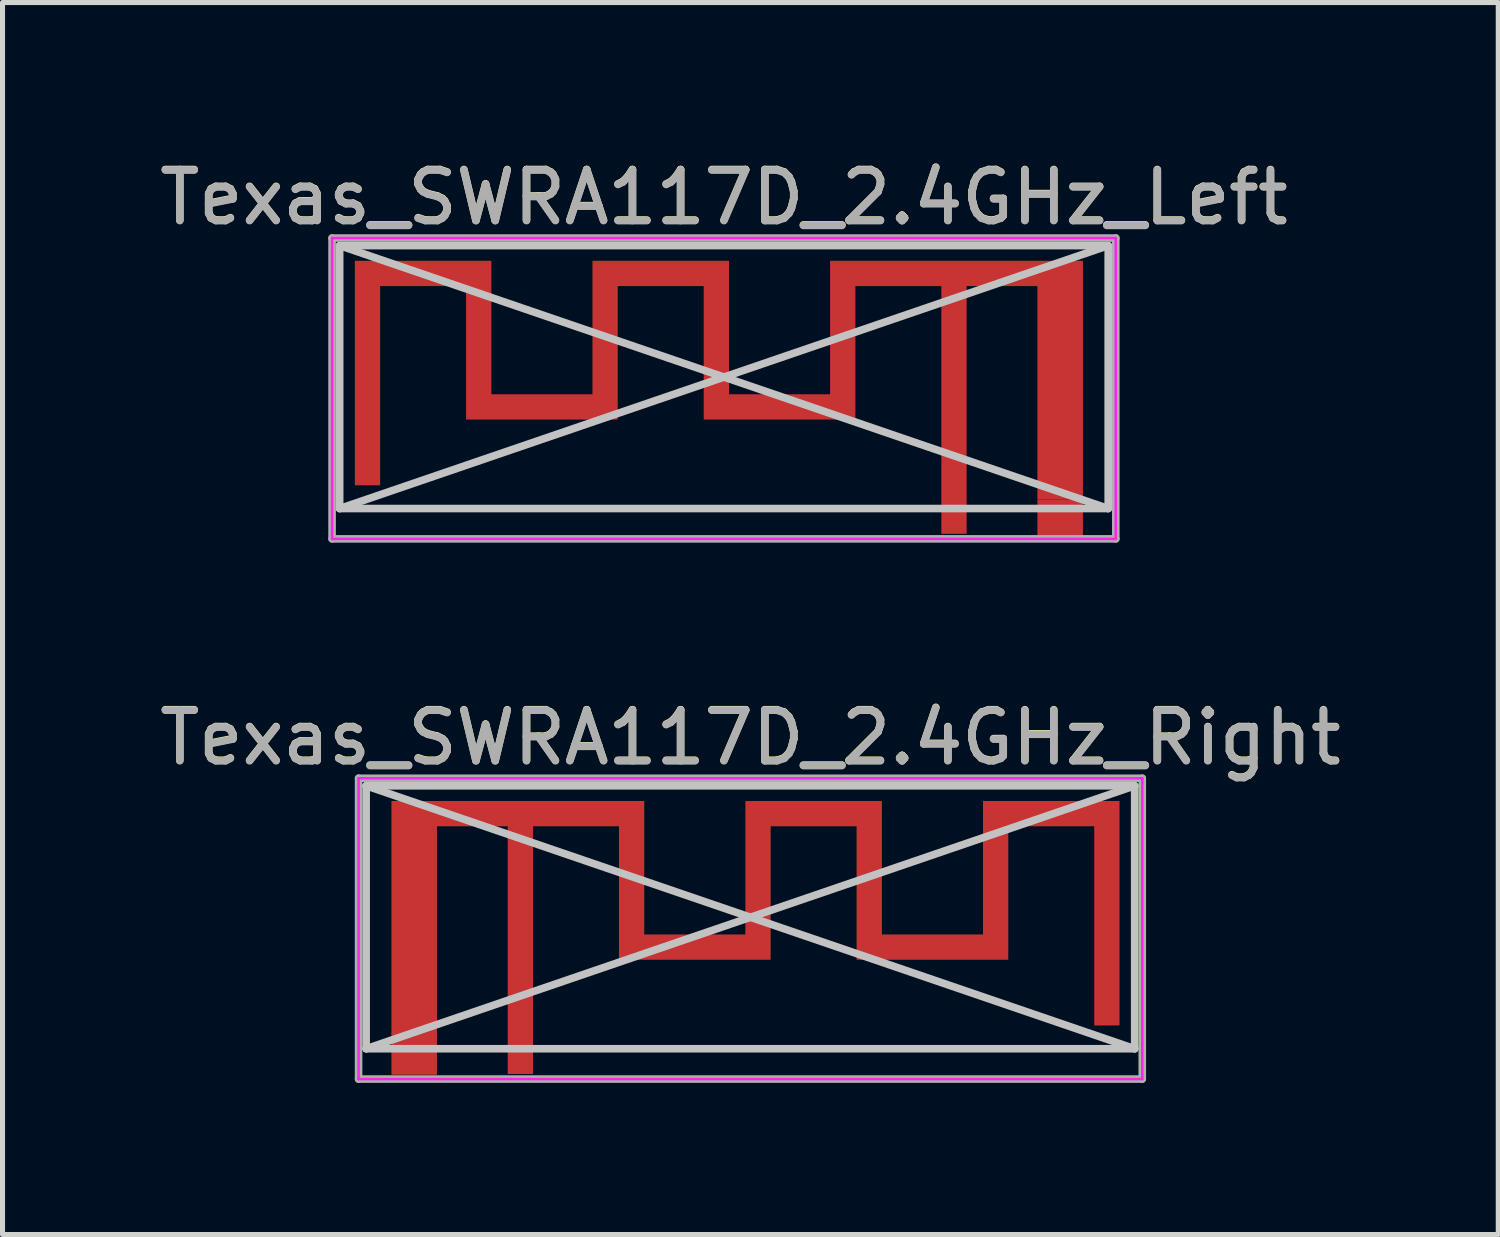
<source format=kicad_pcb>
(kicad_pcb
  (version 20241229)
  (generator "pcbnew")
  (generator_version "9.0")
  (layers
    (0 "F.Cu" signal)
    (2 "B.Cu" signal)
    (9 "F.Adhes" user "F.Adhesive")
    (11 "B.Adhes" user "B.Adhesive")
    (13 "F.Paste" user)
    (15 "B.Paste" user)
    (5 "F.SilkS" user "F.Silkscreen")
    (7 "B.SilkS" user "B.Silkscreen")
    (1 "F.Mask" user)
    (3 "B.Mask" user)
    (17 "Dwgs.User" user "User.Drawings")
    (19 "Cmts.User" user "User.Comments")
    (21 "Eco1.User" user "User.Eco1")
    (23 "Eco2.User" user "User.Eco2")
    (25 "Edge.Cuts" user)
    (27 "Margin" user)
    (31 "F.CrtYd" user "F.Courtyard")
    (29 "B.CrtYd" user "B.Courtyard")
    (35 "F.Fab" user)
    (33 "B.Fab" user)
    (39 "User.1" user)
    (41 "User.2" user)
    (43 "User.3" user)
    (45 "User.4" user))
  (footprint "Texas_SWRA117D_2.4GHz_Left"
    (layer "F.Cu")
    (at 15.818 7.258)
    (property "Reference" "Texas_SWRA117D_2.4GHz_Left" (at -4.55 -6.41 0) (layer "F.SilkS") (effects (font (size 1 1) (thickness 0.15))))
    (attr exclude_from_pos_files exclude_from_bom)
    (fp_poly (pts (xy -2.45 -2.51) (xy -4.45 -2.51) (xy -4.45 -5.15) (xy -7.15 -5.15) (xy -7.15 -2.51) (xy -9.15 -2.51) (xy -9.15 -5.15) (xy -11.85 -5.15) (xy -11.85 -0.71) (xy -11.35 -0.71) (xy -11.35 -4.65) (xy -9.65 -4.65) (xy -9.65 -2.01) (xy -6.65 -2.01) (xy -6.65 -4.65) (xy -4.95 -4.65) (xy -4.95 -2.01) (xy -1.95 -2.01) (xy -1.95 -4.65) (xy -0.25 -4.65) (xy -0.25 -0.25) (xy 0.25 -0.25) (xy 0.25 -4.65) (xy 1.65 -4.65) (xy 1.65 -0.43) (xy 2.55 -0.43) (xy 2.1 -0.77) (xy 2.207 -0.6) (xy 2.306 -0.524) (xy 2.214 -0.51) (xy 2.176 -0.53) (xy 2.168 -0.52) (xy 2.125 -0.47) (xy 2.324 -0.521) (xy 2.031 -0.7) (xy 1.679 -0.549) (xy 1.95 -0.63) (xy 1.958 -0.55) (xy 1.961 -0.602) (xy 1.905 -0.559) (xy 1.904 -0.51) (xy 2.08 -0.51) (xy 2.25 -0.48) (xy 2.243 -0.486) (xy 2.155 -0.48) (xy 2.319 -0.439) (xy 2.345 -0.478) (xy 2.243 -0.58) (xy 2.323 -0.443) (xy 2.55 -0.43) (xy 2.55 -5.15) (xy -2.45 -5.15) (xy -2.45 -2.51)) (stroke (width 0) (type solid)) (fill yes) (layer "F.Cu"))
    (fp_poly (pts (xy -11.39 -0.73) (xy -11.82 -0.73) (xy -11.82 -5.12) (xy -9.18 -5.12) (xy -9.18 -5.06) (xy -9.18 -2.47) (xy -7.12 -2.47) (xy -7.12 -5.12) (xy -4.48 -5.12) (xy -4.48 -2.47) (xy -2.42 -2.47) (xy -2.42 -5.12) (xy 2.51 -5.12) (xy 2.51 -0.55) (xy 2.51 -0.451) (xy 1.69 -0.45) (xy 1.69 -4.69) (xy 0.21 -4.69) (xy 0.21 -0.25) (xy -0.21 -0.25) (xy -0.21 -4.69) (xy -1.99 -4.69) (xy -1.99 -2.04) (xy -4.93 -2.04) (xy -4.93 -4.69) (xy -6.69 -4.69) (xy -6.69 -2.04) (xy -9.63 -2.04) (xy -9.63 -2.21) (xy -9.63 -4.69) (xy -11.39 -4.69)) (stroke (width 0.1) (type solid)) (fill yes) (layer "F.Mask"))
    (fp_line (start -12.15 -0.25) (end -12.15 -5.45) (stroke (width 0.15) (type solid)) (layer "Dwgs.User"))
    (fp_line (start 3.05 -5.45) (end -12.15 -5.45) (stroke (width 0.15) (type solid)) (layer "Dwgs.User"))
    (fp_line (start 3.05 -5.45) (end -12.15 -0.25) (stroke (width 0.15) (type solid)) (layer "Dwgs.User"))
    (fp_line (start 3.05 -0.25) (end -12.15 -5.45) (stroke (width 0.15) (type solid)) (layer "Dwgs.User"))
    (fp_line (start 3.05 -0.25) (end -12.15 -0.25) (stroke (width 0.15) (type solid)) (layer "Dwgs.User"))
    (fp_line (start 3.05 -0.25) (end 3.05 -5.45) (stroke (width 0.15) (type solid)) (layer "Dwgs.User"))
    (fp_line (start -12.3 -5.6) (end -12.3 0.35) (stroke (width 0.05) (type solid)) (layer "F.CrtYd"))
    (fp_line (start -12.3 0.35) (end 3.2 0.35) (stroke (width 0.05) (type solid)) (layer "F.CrtYd"))
    (fp_line (start 3.2 -5.6) (end -12.3 -5.6) (stroke (width 0.05) (type solid)) (layer "F.CrtYd"))
    (fp_line (start 3.2 0.35) (end 3.2 -5.6) (stroke (width 0.05) (type solid)) (layer "F.CrtYd"))
    (fp_line (start -12.3 -5.6) (end -12.3 0.35) (stroke (width 0.15) (type solid)) (layer "F.Fab"))
    (fp_line (start -12.3 0.35) (end 3.2 0.35) (stroke (width 0.15) (type solid)) (layer "F.Fab"))
    (fp_line (start 3.2 -5.6) (end -12.3 -5.6) (stroke (width 0.15) (type solid)) (layer "F.Fab"))
    (fp_line (start 3.2 0.35) (end 3.2 -5.6) (stroke (width 0.15) (type solid)) (layer "F.Fab"))
    (fp_text user "${REFERENCE}" (at -4.55 -6.4 0) (layer "F.Fab") (effects (font (size 1 1) (thickness 0.15))))
    (pad "1" connect rect (at 0 0) (size 0.5 0.5) (layers "F.Cu" "F.Mask"))
    (pad "2" connect rect (at 2.1 -0.015) (size 0.9 0.83) (layers "F.Cu" "F.Mask")))
  (footprint "Texas_SWRA117D_2.4GHz_Right"
    (layer "F.Cu")
    (at 7.242 17.942)
    (property "Reference" "Texas_SWRA117D_2.4GHz_Right" (at 4.55 -6.41 0) (layer "F.SilkS") (effects (font (size 1 1) (thickness 0.15))))
    (attr exclude_from_pos_files exclude_from_bom)
    (fp_poly (pts (xy 2.45 -2.51) (xy 4.45 -2.51) (xy 4.45 -5.15) (xy 7.15 -5.15) (xy 7.15 -2.51) (xy 9.15 -2.51) (xy 9.15 -5.15) (xy 11.85 -5.15) (xy 11.85 -0.71) (xy 11.35 -0.71) (xy 11.35 -4.65) (xy 9.65 -4.65) (xy 9.65 -2.01) (xy 6.65 -2.01) (xy 6.65 -4.65) (xy 4.95 -4.65) (xy 4.95 -2.01) (xy 1.95 -2.01) (xy 1.95 -4.65) (xy 0.25 -4.65) (xy 0.25 -0.25) (xy -0.25 -0.25) (xy -0.25 -4.65) (xy -1.65 -4.65) (xy -1.65 -0.55) (xy -2.55 -0.55) (xy -2.55 -0.743) (xy -2.248 -0.743) (xy -2.2 -0.6) (xy -2.15 -0.65) (xy -2 -0.6) (xy -2.05 -0.6) (xy -2.1 -0.65) (xy -2.077 -0.65) (xy -2.05 -0.75) (xy -1.95 -0.65) (xy -1.9 -0.65) (xy -1.85 -0.65) (xy -1.8 -0.65) (xy -1.85 -0.65) (xy -1.9 -0.65) (xy -2 -0.65) (xy -2.1 -0.65) (xy -2.05 -0.6) (xy -2.1 -0.6) (xy -2.15 -0.6) (xy -2.2 -0.6) (xy -2.248 -0.593) (xy -2.55 -0.593) (xy -2.55 -5.15) (xy 2.45 -5.15) (xy 2.45 -2.51)) (stroke (width 0) (type solid)) (fill yes) (layer "F.Cu"))
    (fp_line (start -3.05 -5.45) (end 12.15 -5.45) (stroke (width 0.15) (type solid)) (layer "Dwgs.User"))
    (fp_line (start -3.05 -5.45) (end 12.15 -0.25) (stroke (width 0.15) (type solid)) (layer "Dwgs.User"))
    (fp_line (start -3.05 -0.25) (end -3.05 -5.45) (stroke (width 0.15) (type solid)) (layer "Dwgs.User"))
    (fp_line (start -3.05 -0.25) (end 12.15 -5.45) (stroke (width 0.15) (type solid)) (layer "Dwgs.User"))
    (fp_line (start -3.05 -0.25) (end 12.15 -0.25) (stroke (width 0.15) (type solid)) (layer "Dwgs.User"))
    (fp_line (start 12.15 -0.25) (end 12.15 -5.45) (stroke (width 0.15) (type solid)) (layer "Dwgs.User"))
    (fp_line (start -3.2 -5.6) (end 12.3 -5.6) (stroke (width 0.05) (type solid)) (layer "F.CrtYd"))
    (fp_line (start -3.2 0.35) (end -3.2 -5.6) (stroke (width 0.05) (type solid)) (layer "F.CrtYd"))
    (fp_line (start 12.3 -5.6) (end 12.3 0.35) (stroke (width 0.05) (type solid)) (layer "F.CrtYd"))
    (fp_line (start 12.3 0.35) (end -3.2 0.35) (stroke (width 0.05) (type solid)) (layer "F.CrtYd"))
    (fp_line (start -3.2 -5.6) (end 12.3 -5.6) (stroke (width 0.15) (type solid)) (layer "F.Fab"))
    (fp_line (start -3.2 0.35) (end -3.2 -5.6) (stroke (width 0.15) (type solid)) (layer "F.Fab"))
    (fp_line (start 12.3 -5.6) (end 12.3 0.35) (stroke (width 0.15) (type solid)) (layer "F.Fab"))
    (fp_line (start 12.3 0.35) (end -3.2 0.35) (stroke (width 0.15) (type solid)) (layer "F.Fab"))
    (fp_text user "${REFERENCE}" (at 4.55 -6.4 0) (layer "F.Fab") (effects (font (size 1 1) (thickness 0.15))))
    (pad "1" connect rect (at 0 0) (size 0.5 0.5) (layers "F.Cu"))
    (pad "2" connect rect (at -2.1 -0.15) (size 0.9 0.83) (layers "F.Cu" "F.Mask")))
  (gr_rect
    (start -3 -3)
    (end 26.583 21.366)
    (stroke (width 0.1) (type default))
    (fill no)
    (layer "Edge.Cuts")))
</source>
